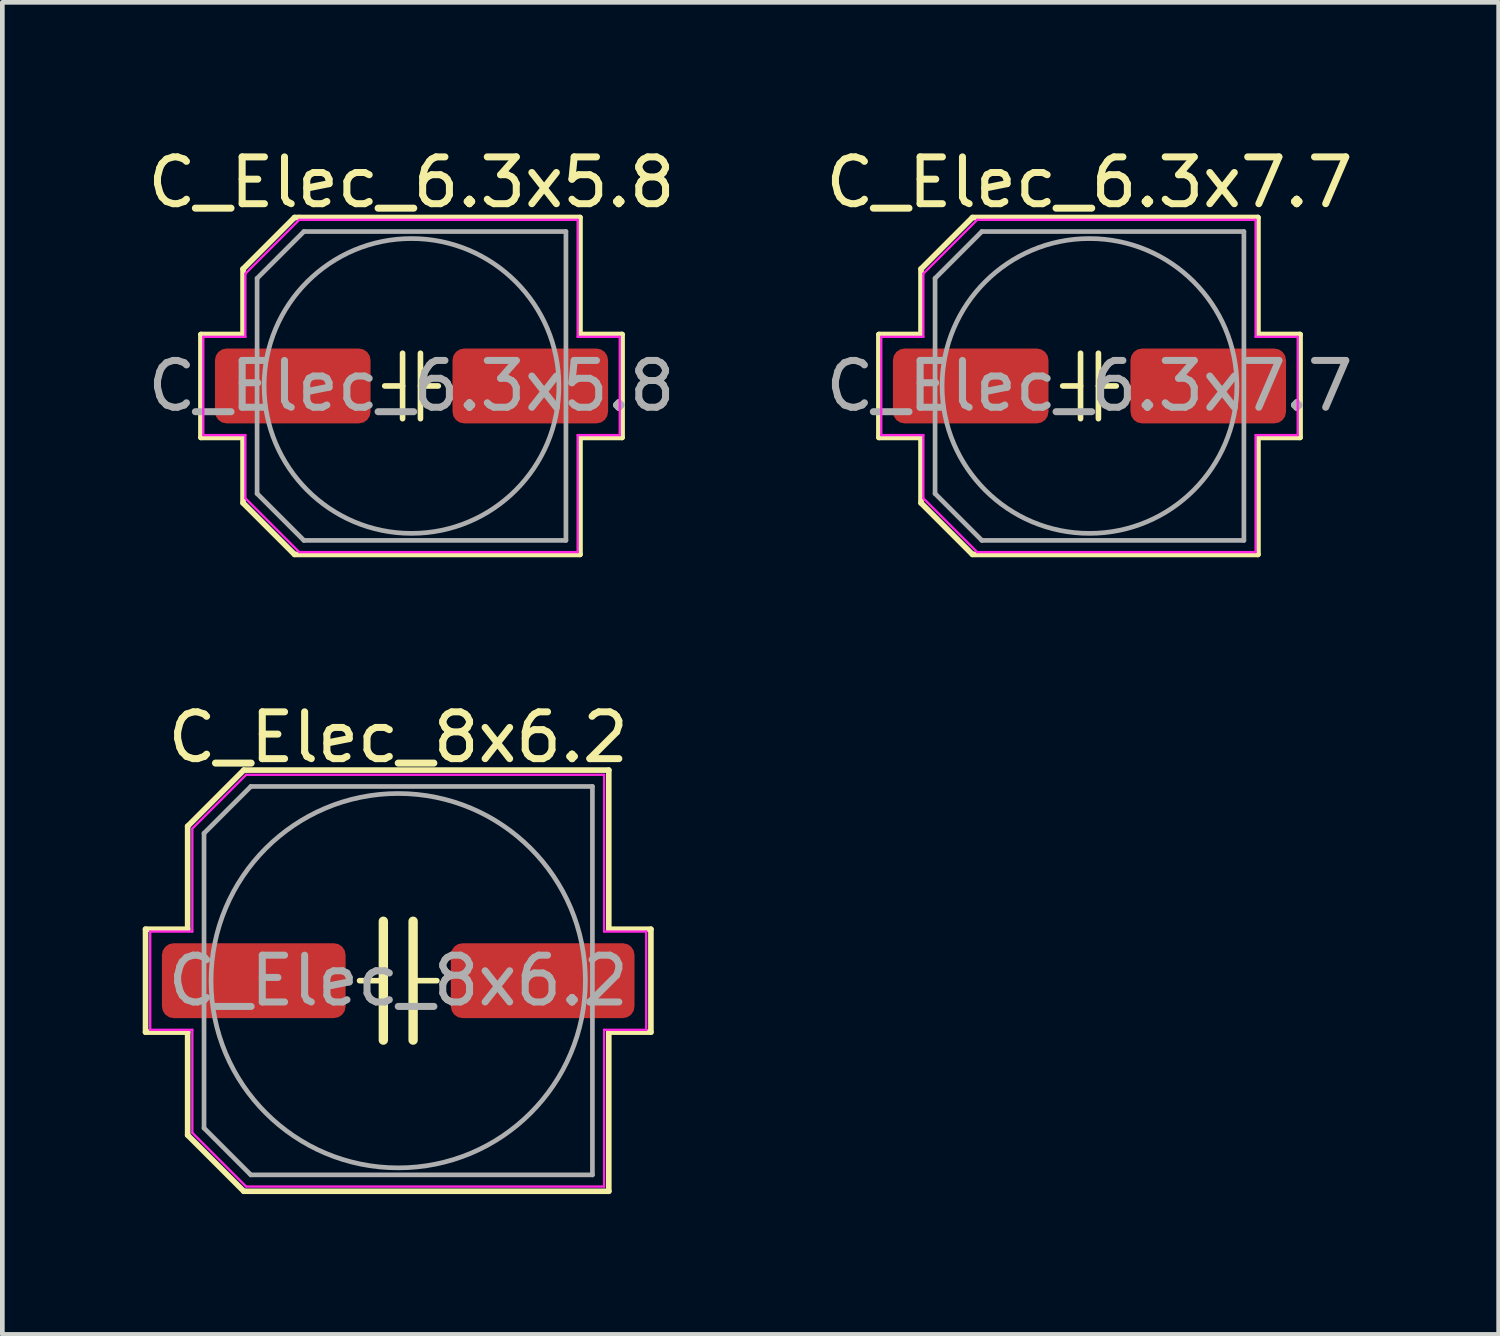
<source format=kicad_pcb>
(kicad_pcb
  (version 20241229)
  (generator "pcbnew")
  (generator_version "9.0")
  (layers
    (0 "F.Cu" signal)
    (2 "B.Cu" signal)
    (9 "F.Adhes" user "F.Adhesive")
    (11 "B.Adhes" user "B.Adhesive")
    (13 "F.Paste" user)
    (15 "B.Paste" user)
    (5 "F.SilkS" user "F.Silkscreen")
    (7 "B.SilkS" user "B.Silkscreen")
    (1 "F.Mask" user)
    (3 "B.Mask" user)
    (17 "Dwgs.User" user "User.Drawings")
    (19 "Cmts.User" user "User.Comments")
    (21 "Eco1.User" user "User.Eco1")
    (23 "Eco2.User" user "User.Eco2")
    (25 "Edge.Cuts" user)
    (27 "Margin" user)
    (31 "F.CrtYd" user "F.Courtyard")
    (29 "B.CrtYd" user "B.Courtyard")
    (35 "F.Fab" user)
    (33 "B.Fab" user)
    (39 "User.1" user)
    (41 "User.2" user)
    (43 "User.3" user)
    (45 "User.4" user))
  (footprint "C_Elec_8x6.2"
    (layer "F.Cu")
    (at 5.46 17.907)
    (property "Reference" "C_Elec_8x6.2" (at 0 -5.2 0) (layer "F.SilkS") (effects (font (size 1 1) (thickness 0.15))))
    (attr smd)
    (fp_line (start -5.4 -1.1) (end -5.4 1.1) (stroke (width 0.12) (type solid)) (layer "F.SilkS"))
    (fp_line (start -5.4 1.1) (end -4.5 1.1) (stroke (width 0.12) (type solid)) (layer "F.SilkS"))
    (fp_line (start -4.5 -3.3) (end -4.5 -1.1) (stroke (width 0.12) (type solid)) (layer "F.SilkS"))
    (fp_line (start -4.5 -1.1) (end -5.4 -1.1) (stroke (width 0.12) (type solid)) (layer "F.SilkS"))
    (fp_line (start -4.5 1.1) (end -4.5 3.3) (stroke (width 0.12) (type solid)) (layer "F.SilkS"))
    (fp_line (start -4.5 3.3) (end -3.3 4.5) (stroke (width 0.12) (type solid)) (layer "F.SilkS"))
    (fp_line (start -3.3 -4.5) (end -4.5 -3.3) (stroke (width 0.12) (type solid)) (layer "F.SilkS"))
    (fp_line (start -3.3 4.5) (end 4.5 4.5) (stroke (width 0.12) (type solid)) (layer "F.SilkS"))
    (fp_line (start -0.318 -1.27) (end -0.318 1.27) (stroke (width 0.2) (type solid)) (layer "F.SilkS"))
    (fp_line (start -0.318 0) (end -0.826 0) (stroke (width 0.12) (type solid)) (layer "F.SilkS"))
    (fp_line (start 0.318 -1.27) (end 0.318 1.27) (stroke (width 0.2) (type solid)) (layer "F.SilkS"))
    (fp_line (start 0.318 0) (end 0.826 0) (stroke (width 0.12) (type solid)) (layer "F.SilkS"))
    (fp_line (start 4.5 -4.5) (end -3.3 -4.5) (stroke (width 0.12) (type solid)) (layer "F.SilkS"))
    (fp_line (start 4.5 -1.1) (end 4.5 -4.5) (stroke (width 0.12) (type solid)) (layer "F.SilkS"))
    (fp_line (start 4.5 1.1) (end 5.4 1.1) (stroke (width 0.12) (type solid)) (layer "F.SilkS"))
    (fp_line (start 4.5 4.5) (end 4.5 1.1) (stroke (width 0.12) (type solid)) (layer "F.SilkS"))
    (fp_line (start 5.4 -1.1) (end 4.5 -1.1) (stroke (width 0.12) (type solid)) (layer "F.SilkS"))
    (fp_line (start 5.4 1.1) (end 5.4 -1.1) (stroke (width 0.12) (type solid)) (layer "F.SilkS"))
    (fp_line (start -5.3 -1.05) (end -5.3 1.05) (stroke (width 0.05) (type solid)) (layer "F.CrtYd"))
    (fp_line (start -5.3 1.05) (end -4.4 1.05) (stroke (width 0.05) (type solid)) (layer "F.CrtYd"))
    (fp_line (start -4.4 -3.25) (end -4.4 -1.05) (stroke (width 0.05) (type solid)) (layer "F.CrtYd"))
    (fp_line (start -4.4 -3.25) (end -3.25 -4.4) (stroke (width 0.05) (type solid)) (layer "F.CrtYd"))
    (fp_line (start -4.4 -1.05) (end -5.3 -1.05) (stroke (width 0.05) (type solid)) (layer "F.CrtYd"))
    (fp_line (start -4.4 1.05) (end -4.4 3.25) (stroke (width 0.05) (type solid)) (layer "F.CrtYd"))
    (fp_line (start -4.4 3.25) (end -3.25 4.4) (stroke (width 0.05) (type solid)) (layer "F.CrtYd"))
    (fp_line (start -3.25 -4.4) (end 4.4 -4.4) (stroke (width 0.05) (type solid)) (layer "F.CrtYd"))
    (fp_line (start -3.25 4.4) (end 4.4 4.4) (stroke (width 0.05) (type solid)) (layer "F.CrtYd"))
    (fp_line (start 4.4 -4.4) (end 4.4 -1.05) (stroke (width 0.05) (type solid)) (layer "F.CrtYd"))
    (fp_line (start 4.4 -1.05) (end 5.3 -1.05) (stroke (width 0.05) (type solid)) (layer "F.CrtYd"))
    (fp_line (start 4.4 1.05) (end 4.4 4.4) (stroke (width 0.05) (type solid)) (layer "F.CrtYd"))
    (fp_line (start 5.3 -1.05) (end 5.3 1.05) (stroke (width 0.05) (type solid)) (layer "F.CrtYd"))
    (fp_line (start 5.3 1.05) (end 4.4 1.05) (stroke (width 0.05) (type solid)) (layer "F.CrtYd"))
    (fp_line (start -4.15 -3.15) (end -4.15 3.15) (stroke (width 0.1) (type solid)) (layer "F.Fab"))
    (fp_line (start -4.15 -3.15) (end -3.15 -4.15) (stroke (width 0.1) (type solid)) (layer "F.Fab"))
    (fp_line (start -4.15 3.15) (end -3.15 4.15) (stroke (width 0.1) (type solid)) (layer "F.Fab"))
    (fp_line (start -3.15 -4.15) (end 4.15 -4.15) (stroke (width 0.1) (type solid)) (layer "F.Fab"))
    (fp_line (start -3.15 4.15) (end 4.15 4.15) (stroke (width 0.1) (type solid)) (layer "F.Fab"))
    (fp_line (start 4.15 -4.15) (end 4.15 4.15) (stroke (width 0.1) (type solid)) (layer "F.Fab"))
    (fp_circle (center 0 0) (end 4 0) (stroke (width 0.1) (type solid)) (fill no) (layer "F.Fab"))
    (fp_text user "${REFERENCE}" (at 0 0 0) (layer "F.Fab") (effects (font (size 1 1) (thickness 0.15))))
    (pad "1" smd roundrect (at -3.087 0) (size 3.925 1.6) (layers "F.Cu" "F.Mask" "F.Paste") (roundrect_rratio 0.156))
    (pad "2" smd roundrect (at 3.087 0) (size 3.925 1.6) (layers "F.Cu" "F.Mask" "F.Paste") (roundrect_rratio 0.156)))
  (footprint "C_Elec_6.3x7.7"
    (layer "F.Cu")
    (at 20.232 5.198)
    (property "Reference" "C_Elec_6.3x7.7" (at 0 -4.35 0) (layer "F.SilkS") (effects (font (size 1 1) (thickness 0.15))))
    (attr smd)
    (fp_line (start -4.5 -1.1) (end -4.5 1.1) (stroke (width 0.12) (type solid)) (layer "F.SilkS"))
    (fp_line (start -4.5 1.1) (end -3.6 1.1) (stroke (width 0.12) (type solid)) (layer "F.SilkS"))
    (fp_line (start -3.6 -2.5) (end -3.6 -1.1) (stroke (width 0.12) (type solid)) (layer "F.SilkS"))
    (fp_line (start -3.6 -1.1) (end -4.5 -1.1) (stroke (width 0.12) (type solid)) (layer "F.SilkS"))
    (fp_line (start -3.6 1.1) (end -3.6 2.5) (stroke (width 0.12) (type solid)) (layer "F.SilkS"))
    (fp_line (start -3.6 2.5) (end -2.5 3.6) (stroke (width 0.12) (type solid)) (layer "F.SilkS"))
    (fp_line (start -2.5 -3.6) (end -3.6 -2.5) (stroke (width 0.12) (type solid)) (layer "F.SilkS"))
    (fp_line (start -2.5 3.6) (end 3.6 3.6) (stroke (width 0.12) (type solid)) (layer "F.SilkS"))
    (fp_line (start -0.191 -0.699) (end -0.191 0.699) (stroke (width 0.12) (type solid)) (layer "F.SilkS"))
    (fp_line (start -0.191 0) (end -0.572 0) (stroke (width 0.12) (type solid)) (layer "F.SilkS"))
    (fp_line (start 0.191 -0.699) (end 0.191 0.699) (stroke (width 0.12) (type solid)) (layer "F.SilkS"))
    (fp_line (start 0.191 0) (end 0.572 0) (stroke (width 0.12) (type solid)) (layer "F.SilkS"))
    (fp_line (start 3.6 -3.6) (end -2.5 -3.6) (stroke (width 0.12) (type solid)) (layer "F.SilkS"))
    (fp_line (start 3.6 -1.1) (end 3.6 -3.6) (stroke (width 0.12) (type solid)) (layer "F.SilkS"))
    (fp_line (start 3.6 1.1) (end 4.5 1.1) (stroke (width 0.12) (type solid)) (layer "F.SilkS"))
    (fp_line (start 3.6 3.6) (end 3.6 1.1) (stroke (width 0.12) (type solid)) (layer "F.SilkS"))
    (fp_line (start 4.5 -1.1) (end 3.6 -1.1) (stroke (width 0.12) (type solid)) (layer "F.SilkS"))
    (fp_line (start 4.5 1.1) (end 4.5 -1.1) (stroke (width 0.12) (type solid)) (layer "F.SilkS"))
    (fp_line (start -4.45 -1.05) (end -4.45 1.05) (stroke (width 0.05) (type solid)) (layer "F.CrtYd"))
    (fp_line (start -4.45 1.05) (end -3.55 1.05) (stroke (width 0.05) (type solid)) (layer "F.CrtYd"))
    (fp_line (start -3.55 -2.4) (end -3.55 -1.05) (stroke (width 0.05) (type solid)) (layer "F.CrtYd"))
    (fp_line (start -3.55 -2.4) (end -2.4 -3.55) (stroke (width 0.05) (type solid)) (layer "F.CrtYd"))
    (fp_line (start -3.55 -1.05) (end -4.45 -1.05) (stroke (width 0.05) (type solid)) (layer "F.CrtYd"))
    (fp_line (start -3.55 1.05) (end -3.55 2.4) (stroke (width 0.05) (type solid)) (layer "F.CrtYd"))
    (fp_line (start -3.55 2.4) (end -2.4 3.55) (stroke (width 0.05) (type solid)) (layer "F.CrtYd"))
    (fp_line (start -2.4 -3.55) (end 3.55 -3.55) (stroke (width 0.05) (type solid)) (layer "F.CrtYd"))
    (fp_line (start -2.4 3.55) (end 3.55 3.55) (stroke (width 0.05) (type solid)) (layer "F.CrtYd"))
    (fp_line (start 3.55 -3.55) (end 3.55 -1.05) (stroke (width 0.05) (type solid)) (layer "F.CrtYd"))
    (fp_line (start 3.55 -1.05) (end 4.45 -1.05) (stroke (width 0.05) (type solid)) (layer "F.CrtYd"))
    (fp_line (start 3.55 1.05) (end 3.55 3.55) (stroke (width 0.05) (type solid)) (layer "F.CrtYd"))
    (fp_line (start 4.45 -1.05) (end 4.45 1.05) (stroke (width 0.05) (type solid)) (layer "F.CrtYd"))
    (fp_line (start 4.45 1.05) (end 3.55 1.05) (stroke (width 0.05) (type solid)) (layer "F.CrtYd"))
    (fp_line (start -3.3 -2.3) (end -3.3 2.3) (stroke (width 0.1) (type solid)) (layer "F.Fab"))
    (fp_line (start -3.3 -2.3) (end -2.3 -3.3) (stroke (width 0.1) (type solid)) (layer "F.Fab"))
    (fp_line (start -3.3 2.3) (end -2.3 3.3) (stroke (width 0.1) (type solid)) (layer "F.Fab"))
    (fp_line (start -2.3 -3.3) (end 3.3 -3.3) (stroke (width 0.1) (type solid)) (layer "F.Fab"))
    (fp_line (start -2.3 3.3) (end 3.3 3.3) (stroke (width 0.1) (type solid)) (layer "F.Fab"))
    (fp_line (start 3.3 -3.3) (end 3.3 3.3) (stroke (width 0.1) (type solid)) (layer "F.Fab"))
    (fp_circle (center 0 0) (end 3.15 0) (stroke (width 0.1) (type solid)) (fill no) (layer "F.Fab"))
    (fp_text user "${REFERENCE}" (at 0 0 0) (layer "F.Fab") (effects (font (size 1 1) (thickness 0.15))))
    (pad "1" smd roundrect (at -2.538 0) (size 3.325 1.6) (layers "F.Cu" "F.Mask" "F.Paste") (roundrect_rratio 0.156))
    (pad "2" smd roundrect (at 2.538 0) (size 3.325 1.6) (layers "F.Cu" "F.Mask" "F.Paste") (roundrect_rratio 0.156)))
  (footprint "C_Elec_6.3x5.8"
    (layer "F.Cu")
    (at 5.744 5.198)
    (property "Reference" "C_Elec_6.3x5.8" (at 0 -4.35 0) (layer "F.SilkS") (effects (font (size 1 1) (thickness 0.15))))
    (attr smd)
    (fp_line (start -4.5 -1.1) (end -4.5 1.1) (stroke (width 0.12) (type solid)) (layer "F.SilkS"))
    (fp_line (start -4.5 1.1) (end -3.6 1.1) (stroke (width 0.12) (type solid)) (layer "F.SilkS"))
    (fp_line (start -3.6 -2.5) (end -3.6 -1.1) (stroke (width 0.12) (type solid)) (layer "F.SilkS"))
    (fp_line (start -3.6 -1.1) (end -4.5 -1.1) (stroke (width 0.12) (type solid)) (layer "F.SilkS"))
    (fp_line (start -3.6 1.1) (end -3.6 2.5) (stroke (width 0.12) (type solid)) (layer "F.SilkS"))
    (fp_line (start -3.6 2.5) (end -2.5 3.6) (stroke (width 0.12) (type solid)) (layer "F.SilkS"))
    (fp_line (start -2.5 -3.6) (end -3.6 -2.5) (stroke (width 0.12) (type solid)) (layer "F.SilkS"))
    (fp_line (start -2.5 3.6) (end 3.6 3.6) (stroke (width 0.12) (type solid)) (layer "F.SilkS"))
    (fp_line (start -2.4 -3.6) (end -2.5 -3.6) (stroke (width 0.12) (type solid)) (layer "F.SilkS"))
    (fp_line (start -0.191 -0.699) (end -0.191 0.699) (stroke (width 0.12) (type solid)) (layer "F.SilkS"))
    (fp_line (start -0.191 0) (end -0.572 0) (stroke (width 0.12) (type solid)) (layer "F.SilkS"))
    (fp_line (start 0.191 -0.699) (end 0.191 0.699) (stroke (width 0.12) (type solid)) (layer "F.SilkS"))
    (fp_line (start 0.191 0) (end 0.572 0) (stroke (width 0.12) (type solid)) (layer "F.SilkS"))
    (fp_line (start 3.6 -3.6) (end -2.4 -3.6) (stroke (width 0.12) (type solid)) (layer "F.SilkS"))
    (fp_line (start 3.6 -1.1) (end 3.6 -3.6) (stroke (width 0.12) (type solid)) (layer "F.SilkS"))
    (fp_line (start 3.6 1.1) (end 4.5 1.1) (stroke (width 0.12) (type solid)) (layer "F.SilkS"))
    (fp_line (start 3.6 3.6) (end 3.6 1.1) (stroke (width 0.12) (type solid)) (layer "F.SilkS"))
    (fp_line (start 4.5 -1.1) (end 3.6 -1.1) (stroke (width 0.12) (type solid)) (layer "F.SilkS"))
    (fp_line (start 4.5 1.1) (end 4.5 -1.1) (stroke (width 0.12) (type solid)) (layer "F.SilkS"))
    (fp_line (start -4.45 -1.05) (end -4.45 1.05) (stroke (width 0.05) (type solid)) (layer "F.CrtYd"))
    (fp_line (start -4.45 1.05) (end -3.55 1.05) (stroke (width 0.05) (type solid)) (layer "F.CrtYd"))
    (fp_line (start -3.55 -2.4) (end -3.55 -1.05) (stroke (width 0.05) (type solid)) (layer "F.CrtYd"))
    (fp_line (start -3.55 -2.4) (end -2.4 -3.55) (stroke (width 0.05) (type solid)) (layer "F.CrtYd"))
    (fp_line (start -3.55 -1.05) (end -4.45 -1.05) (stroke (width 0.05) (type solid)) (layer "F.CrtYd"))
    (fp_line (start -3.55 1.05) (end -3.55 2.4) (stroke (width 0.05) (type solid)) (layer "F.CrtYd"))
    (fp_line (start -3.55 2.4) (end -2.4 3.55) (stroke (width 0.05) (type solid)) (layer "F.CrtYd"))
    (fp_line (start -2.4 -3.55) (end 3.55 -3.55) (stroke (width 0.05) (type solid)) (layer "F.CrtYd"))
    (fp_line (start -2.4 3.55) (end 3.55 3.55) (stroke (width 0.05) (type solid)) (layer "F.CrtYd"))
    (fp_line (start 3.55 -3.55) (end 3.55 -1.05) (stroke (width 0.05) (type solid)) (layer "F.CrtYd"))
    (fp_line (start 3.55 -1.05) (end 4.45 -1.05) (stroke (width 0.05) (type solid)) (layer "F.CrtYd"))
    (fp_line (start 3.55 1.05) (end 3.55 3.55) (stroke (width 0.05) (type solid)) (layer "F.CrtYd"))
    (fp_line (start 4.45 -1.05) (end 4.45 1.05) (stroke (width 0.05) (type solid)) (layer "F.CrtYd"))
    (fp_line (start 4.45 1.05) (end 3.55 1.05) (stroke (width 0.05) (type solid)) (layer "F.CrtYd"))
    (fp_line (start -3.3 -2.3) (end -3.3 2.3) (stroke (width 0.1) (type solid)) (layer "F.Fab"))
    (fp_line (start -3.3 -2.3) (end -2.3 -3.3) (stroke (width 0.1) (type solid)) (layer "F.Fab"))
    (fp_line (start -3.3 2.3) (end -2.3 3.3) (stroke (width 0.1) (type solid)) (layer "F.Fab"))
    (fp_line (start -2.3 -3.3) (end 3.3 -3.3) (stroke (width 0.1) (type solid)) (layer "F.Fab"))
    (fp_line (start -2.3 3.3) (end 3.3 3.3) (stroke (width 0.1) (type solid)) (layer "F.Fab"))
    (fp_line (start 3.3 -3.3) (end 3.3 3.3) (stroke (width 0.1) (type solid)) (layer "F.Fab"))
    (fp_circle (center 0 0) (end 3.15 0) (stroke (width 0.1) (type solid)) (fill no) (layer "F.Fab"))
    (fp_text user "${REFERENCE}" (at 0 0 0) (layer "F.Fab") (effects (font (size 1 1) (thickness 0.15))))
    (pad "1" smd roundrect (at -2.538 0) (size 3.325 1.6) (layers "F.Cu" "F.Mask" "F.Paste") (roundrect_rratio 0.156))
    (pad "2" smd roundrect (at 2.538 0) (size 3.325 1.6) (layers "F.Cu" "F.Mask" "F.Paste") (roundrect_rratio 0.156)))
  (gr_rect
    (start -3 -3)
    (end 28.976 25.466)
    (stroke (width 0.1) (type default))
    (fill no)
    (layer "Edge.Cuts")))
</source>
